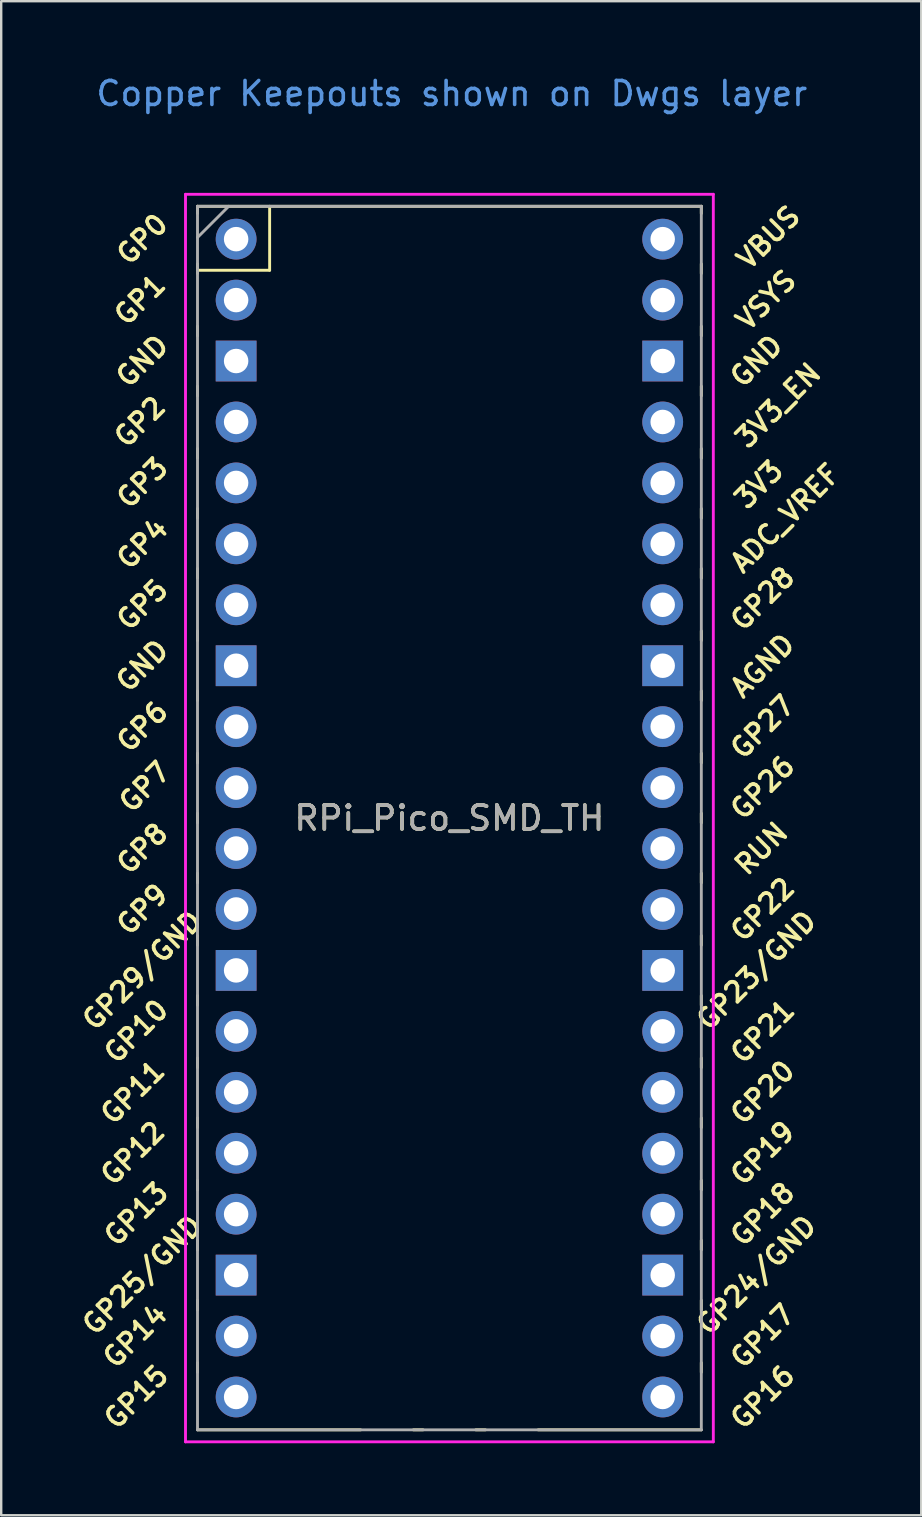
<source format=kicad_pcb>
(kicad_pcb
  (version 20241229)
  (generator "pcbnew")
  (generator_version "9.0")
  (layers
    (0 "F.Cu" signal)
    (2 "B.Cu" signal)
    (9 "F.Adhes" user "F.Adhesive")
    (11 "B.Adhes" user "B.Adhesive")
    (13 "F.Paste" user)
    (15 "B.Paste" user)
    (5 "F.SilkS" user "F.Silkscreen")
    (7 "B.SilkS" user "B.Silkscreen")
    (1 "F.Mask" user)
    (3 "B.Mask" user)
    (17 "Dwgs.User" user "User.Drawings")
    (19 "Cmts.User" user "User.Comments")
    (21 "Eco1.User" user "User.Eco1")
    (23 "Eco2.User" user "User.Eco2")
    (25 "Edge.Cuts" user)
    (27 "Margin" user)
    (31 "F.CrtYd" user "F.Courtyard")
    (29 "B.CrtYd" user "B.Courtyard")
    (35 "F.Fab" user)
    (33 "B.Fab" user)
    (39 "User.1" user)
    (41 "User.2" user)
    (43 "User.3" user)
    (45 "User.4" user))
  (footprint "RPi_Pico_SMD_TH"
    (layer "F.Cu")
    (at 15.682 31.048)
    (property "Reference" "RPi_Pico_SMD_TH" (at 0 0 0) (layer "F.SilkS") (effects (font (size 1 1) (thickness 0.15))))
    (attr through_hole)
    (fp_line (start -10.5 -25.5) (end -10.5 -25.2) (stroke (width 0.12) (type solid)) (layer "F.SilkS"))
    (fp_line (start -10.5 -25.5) (end 10.5 -25.5) (stroke (width 0.12) (type solid)) (layer "F.SilkS"))
    (fp_line (start -10.5 -23.1) (end -10.5 -22.7) (stroke (width 0.12) (type solid)) (layer "F.SilkS"))
    (fp_line (start -10.5 -22.833) (end -7.493 -22.833) (stroke (width 0.12) (type solid)) (layer "F.SilkS"))
    (fp_line (start -10.5 -20.5) (end -10.5 -20.1) (stroke (width 0.12) (type solid)) (layer "F.SilkS"))
    (fp_line (start -10.5 -18) (end -10.5 -17.6) (stroke (width 0.12) (type solid)) (layer "F.SilkS"))
    (fp_line (start -10.5 -15.4) (end -10.5 -15) (stroke (width 0.12) (type solid)) (layer "F.SilkS"))
    (fp_line (start -10.5 -12.9) (end -10.5 -12.5) (stroke (width 0.12) (type solid)) (layer "F.SilkS"))
    (fp_line (start -10.5 -10.4) (end -10.5 -10) (stroke (width 0.12) (type solid)) (layer "F.SilkS"))
    (fp_line (start -10.5 -7.8) (end -10.5 -7.4) (stroke (width 0.12) (type solid)) (layer "F.SilkS"))
    (fp_line (start -10.5 -5.3) (end -10.5 -4.9) (stroke (width 0.12) (type solid)) (layer "F.SilkS"))
    (fp_line (start -10.5 -2.7) (end -10.5 -2.3) (stroke (width 0.12) (type solid)) (layer "F.SilkS"))
    (fp_line (start -10.5 -0.2) (end -10.5 0.2) (stroke (width 0.12) (type solid)) (layer "F.SilkS"))
    (fp_line (start -10.5 2.3) (end -10.5 2.7) (stroke (width 0.12) (type solid)) (layer "F.SilkS"))
    (fp_line (start -10.5 4.9) (end -10.5 5.3) (stroke (width 0.12) (type solid)) (layer "F.SilkS"))
    (fp_line (start -10.5 7.4) (end -10.5 7.8) (stroke (width 0.12) (type solid)) (layer "F.SilkS"))
    (fp_line (start -10.5 10) (end -10.5 10.4) (stroke (width 0.12) (type solid)) (layer "F.SilkS"))
    (fp_line (start -10.5 12.5) (end -10.5 12.9) (stroke (width 0.12) (type solid)) (layer "F.SilkS"))
    (fp_line (start -10.5 15.1) (end -10.5 15.5) (stroke (width 0.12) (type solid)) (layer "F.SilkS"))
    (fp_line (start -10.5 17.6) (end -10.5 18) (stroke (width 0.12) (type solid)) (layer "F.SilkS"))
    (fp_line (start -10.5 20.1) (end -10.5 20.5) (stroke (width 0.12) (type solid)) (layer "F.SilkS"))
    (fp_line (start -10.5 22.7) (end -10.5 23.1) (stroke (width 0.12) (type solid)) (layer "F.SilkS"))
    (fp_line (start -7.493 -22.833) (end -7.493 -25.5) (stroke (width 0.12) (type solid)) (layer "F.SilkS"))
    (fp_line (start -3.7 25.5) (end -10.5 25.5) (stroke (width 0.12) (type solid)) (layer "F.SilkS"))
    (fp_line (start -1.5 25.5) (end -1.1 25.5) (stroke (width 0.12) (type solid)) (layer "F.SilkS"))
    (fp_line (start 1.1 25.5) (end 1.5 25.5) (stroke (width 0.12) (type solid)) (layer "F.SilkS"))
    (fp_line (start 10.5 -25.5) (end 10.5 -25.2) (stroke (width 0.12) (type solid)) (layer "F.SilkS"))
    (fp_line (start 10.5 -23.1) (end 10.5 -22.7) (stroke (width 0.12) (type solid)) (layer "F.SilkS"))
    (fp_line (start 10.5 -20.5) (end 10.5 -20.1) (stroke (width 0.12) (type solid)) (layer "F.SilkS"))
    (fp_line (start 10.5 -18) (end 10.5 -17.6) (stroke (width 0.12) (type solid)) (layer "F.SilkS"))
    (fp_line (start 10.5 -15.4) (end 10.5 -15) (stroke (width 0.12) (type solid)) (layer "F.SilkS"))
    (fp_line (start 10.5 -12.9) (end 10.5 -12.5) (stroke (width 0.12) (type solid)) (layer "F.SilkS"))
    (fp_line (start 10.5 -10.4) (end 10.5 -10) (stroke (width 0.12) (type solid)) (layer "F.SilkS"))
    (fp_line (start 10.5 -7.8) (end 10.5 -7.4) (stroke (width 0.12) (type solid)) (layer "F.SilkS"))
    (fp_line (start 10.5 -5.3) (end 10.5 -4.9) (stroke (width 0.12) (type solid)) (layer "F.SilkS"))
    (fp_line (start 10.5 -2.7) (end 10.5 -2.3) (stroke (width 0.12) (type solid)) (layer "F.SilkS"))
    (fp_line (start 10.5 -0.2) (end 10.5 0.2) (stroke (width 0.12) (type solid)) (layer "F.SilkS"))
    (fp_line (start 10.5 2.3) (end 10.5 2.7) (stroke (width 0.12) (type solid)) (layer "F.SilkS"))
    (fp_line (start 10.5 4.9) (end 10.5 5.3) (stroke (width 0.12) (type solid)) (layer "F.SilkS"))
    (fp_line (start 10.5 7.4) (end 10.5 7.8) (stroke (width 0.12) (type solid)) (layer "F.SilkS"))
    (fp_line (start 10.5 10) (end 10.5 10.4) (stroke (width 0.12) (type solid)) (layer "F.SilkS"))
    (fp_line (start 10.5 12.5) (end 10.5 12.9) (stroke (width 0.12) (type solid)) (layer "F.SilkS"))
    (fp_line (start 10.5 15.1) (end 10.5 15.5) (stroke (width 0.12) (type solid)) (layer "F.SilkS"))
    (fp_line (start 10.5 17.6) (end 10.5 18) (stroke (width 0.12) (type solid)) (layer "F.SilkS"))
    (fp_line (start 10.5 20.1) (end 10.5 20.5) (stroke (width 0.12) (type solid)) (layer "F.SilkS"))
    (fp_line (start 10.5 22.7) (end 10.5 23.1) (stroke (width 0.12) (type solid)) (layer "F.SilkS"))
    (fp_line (start 10.5 25.5) (end 3.7 25.5) (stroke (width 0.12) (type solid)) (layer "F.SilkS"))
    (fp_line (start -11 -26) (end 11 -26) (stroke (width 0.12) (type solid)) (layer "F.CrtYd"))
    (fp_line (start -11 26) (end -11 -26) (stroke (width 0.12) (type solid)) (layer "F.CrtYd"))
    (fp_line (start 11 -26) (end 11 26) (stroke (width 0.12) (type solid)) (layer "F.CrtYd"))
    (fp_line (start 11 26) (end -11 26) (stroke (width 0.12) (type solid)) (layer "F.CrtYd"))
    (fp_line (start -10.5 -25.5) (end 10.5 -25.5) (stroke (width 0.12) (type solid)) (layer "F.Fab"))
    (fp_line (start -10.5 -24.2) (end -9.2 -25.5) (stroke (width 0.12) (type solid)) (layer "F.Fab"))
    (fp_line (start -10.5 25.5) (end -10.5 -25.5) (stroke (width 0.12) (type solid)) (layer "F.Fab"))
    (fp_line (start 10.5 -25.5) (end 10.5 25.5) (stroke (width 0.12) (type solid)) (layer "F.Fab"))
    (fp_line (start 10.5 25.5) (end -10.5 25.5) (stroke (width 0.12) (type solid)) (layer "F.Fab"))
    (fp_text user "GP2" (at -12.9 -16.51 45) (layer "F.SilkS") (effects (font (size 0.8 0.8) (thickness 0.15))))
    (fp_text user "GP15" (at -13.054 24.13 45) (layer "F.SilkS") (effects (font (size 0.8 0.8) (thickness 0.15))))
    (fp_text user "GP11" (at -13.2 11.43 45) (layer "F.SilkS") (effects (font (size 0.8 0.8) (thickness 0.15))))
    (fp_text user "GP21" (at 13.054 8.9 45) (layer "F.SilkS") (effects (font (size 0.8 0.8) (thickness 0.15))))
    (fp_text user "GP12" (at -13.2 13.97 45) (layer "F.SilkS") (effects (font (size 0.8 0.8) (thickness 0.15))))
    (fp_text user "GP19" (at 13.054 13.97 45) (layer "F.SilkS") (effects (font (size 0.8 0.8) (thickness 0.15))))
    (fp_text user "GP22" (at 13.054 3.81 45) (layer "F.SilkS") (effects (font (size 0.8 0.8) (thickness 0.15))))
    (fp_text user "GP0" (at -12.8 -24.13 45) (layer "F.SilkS") (effects (font (size 0.8 0.8) (thickness 0.15))))
    (fp_text user "GP5" (at -12.8 -8.89 45) (layer "F.SilkS") (effects (font (size 0.8 0.8) (thickness 0.15))))
    (fp_text user "GND" (at -12.8 -6.35 45) (layer "F.SilkS") (effects (font (size 0.8 0.8) (thickness 0.15))))
    (fp_text user "3V3" (at 12.9 -13.9 45) (layer "F.SilkS") (effects (font (size 0.8 0.8) (thickness 0.15))))
    (fp_text user "GP3" (at -12.8 -13.97 45) (layer "F.SilkS") (effects (font (size 0.8 0.8) (thickness 0.15))))
    (fp_text user "GP27" (at 13.054 -3.8 45) (layer "F.SilkS") (effects (font (size 0.8 0.8) (thickness 0.15))))
    (fp_text user "GND" (at -12.8 -19.05 45) (layer "F.SilkS") (effects (font (size 0.8 0.8) (thickness 0.15))))
    (fp_text user "GP16" (at 13.054 24.13 45) (layer "F.SilkS") (effects (font (size 0.8 0.8) (thickness 0.15))))
    (fp_text user "GP29/GND" (at -12.8 6.35 45) (layer "F.SilkS") (effects (font (size 0.8 0.8) (thickness 0.15))))
    (fp_text user "GP13" (at -13.054 16.51 45) (layer "F.SilkS") (effects (font (size 0.8 0.8) (thickness 0.15))))
    (fp_text user "GP14" (at -13.1 21.59 45) (layer "F.SilkS") (effects (font (size 0.8 0.8) (thickness 0.15))))
    (fp_text user "ADC_VREF" (at 14 -12.5 45) (layer "F.SilkS") (effects (font (size 0.8 0.8) (thickness 0.15))))
    (fp_text user "GP28" (at 13.054 -9.144 45) (layer "F.SilkS") (effects (font (size 0.8 0.8) (thickness 0.15))))
    (fp_text user "GND" (at 12.8 -19.05 45) (layer "F.SilkS") (effects (font (size 0.8 0.8) (thickness 0.15))))
    (fp_text user "GP8" (at -12.8 1.27 45) (layer "F.SilkS") (effects (font (size 0.8 0.8) (thickness 0.15))))
    (fp_text user "RUN" (at 13 1.27 45) (layer "F.SilkS") (effects (font (size 0.8 0.8) (thickness 0.15))))
    (fp_text user "VBUS" (at 13.3 -24.2 45) (layer "F.SilkS") (effects (font (size 0.8 0.8) (thickness 0.15))))
    (fp_text user "GP6" (at -12.8 -3.81 45) (layer "F.SilkS") (effects (font (size 0.8 0.8) (thickness 0.15))))
    (fp_text user "GP9" (at -12.8 3.81 45) (layer "F.SilkS") (effects (font (size 0.8 0.8) (thickness 0.15))))
    (fp_text user "GP7" (at -12.7 -1.3 45) (layer "F.SilkS") (effects (font (size 0.8 0.8) (thickness 0.15))))
    (fp_text user "GP20" (at 13.054 11.43 45) (layer "F.SilkS") (effects (font (size 0.8 0.8) (thickness 0.15))))
    (fp_text user "GP10" (at -13.054 8.89 45) (layer "F.SilkS") (effects (font (size 0.8 0.8) (thickness 0.15))))
    (fp_text user "AGND" (at 13.054 -6.35 45) (layer "F.SilkS") (effects (font (size 0.8 0.8) (thickness 0.15))))
    (fp_text user "GP4" (at -12.8 -11.43 45) (layer "F.SilkS") (effects (font (size 0.8 0.8) (thickness 0.15))))
    (fp_text user "GP18" (at 13.054 16.51 45) (layer "F.SilkS") (effects (font (size 0.8 0.8) (thickness 0.15))))
    (fp_text user "VSYS" (at 13.2 -21.59 45) (layer "F.SilkS") (effects (font (size 0.8 0.8) (thickness 0.15))))
    (fp_text user "GP1" (at -12.9 -21.6 45) (layer "F.SilkS") (effects (font (size 0.8 0.8) (thickness 0.15))))
    (fp_text user "GP24/GND" (at 12.8 19.05 45) (layer "F.SilkS") (effects (font (size 0.8 0.8) (thickness 0.15))))
    (fp_text user "GP26" (at 13.054 -1.27 45) (layer "F.SilkS") (effects (font (size 0.8 0.8) (thickness 0.15))))
    (fp_text user "GP23/GND" (at 12.8 6.35 45) (layer "F.SilkS") (effects (font (size 0.8 0.8) (thickness 0.15))))
    (fp_text user "GP17" (at 13.054 21.59 45) (layer "F.SilkS") (effects (font (size 0.8 0.8) (thickness 0.15))))
    (fp_text user "GP25/GND" (at -12.8 19.05 45) (layer "F.SilkS") (effects (font (size 0.8 0.8) (thickness 0.15))))
    (fp_text user "3V3_EN" (at 13.7 -17.2 45) (layer "F.SilkS") (effects (font (size 0.8 0.8) (thickness 0.15))))
    (fp_text user "Copper Keepouts shown on Dwgs layer" (at 0.1 -30.2 0) (layer "Cmts.User") (effects (font (size 1 1) (thickness 0.15))))
    (fp_text user "${REFERENCE}" (at 0 0 180) (layer "F.Fab") (effects (font (size 1 1) (thickness 0.15))))
    (pad "1" thru_hole oval (at -8.89 -24.13) (size 1.7 1.7) (drill 1.02) (layers "*.Cu" "*.Mask"))
    (pad "2" thru_hole oval (at -8.89 -21.59) (size 1.7 1.7) (drill 1.02) (layers "*.Cu" "*.Mask"))
    (pad "3" thru_hole rect (at -8.89 -19.05) (size 1.7 1.7) (drill 1.02) (layers "*.Cu" "*.Mask"))
    (pad "4" thru_hole oval (at -8.89 -16.51) (size 1.7 1.7) (drill 1.02) (layers "*.Cu" "*.Mask"))
    (pad "5" thru_hole oval (at -8.89 -13.97) (size 1.7 1.7) (drill 1.02) (layers "*.Cu" "*.Mask"))
    (pad "6" thru_hole oval (at -8.89 -11.43) (size 1.7 1.7) (drill 1.02) (layers "*.Cu" "*.Mask"))
    (pad "7" thru_hole oval (at -8.89 -8.89) (size 1.7 1.7) (drill 1.02) (layers "*.Cu" "*.Mask"))
    (pad "8" thru_hole rect (at -8.89 -6.35) (size 1.7 1.7) (drill 1.02) (layers "*.Cu" "*.Mask"))
    (pad "9" thru_hole oval (at -8.89 -3.81) (size 1.7 1.7) (drill 1.02) (layers "*.Cu" "*.Mask"))
    (pad "10" thru_hole oval (at -8.89 -1.27) (size 1.7 1.7) (drill 1.02) (layers "*.Cu" "*.Mask"))
    (pad "11" thru_hole oval (at -8.89 1.27) (size 1.7 1.7) (drill 1.02) (layers "*.Cu" "*.Mask"))
    (pad "12" thru_hole oval (at -8.89 3.81) (size 1.7 1.7) (drill 1.02) (layers "*.Cu" "*.Mask"))
    (pad "13" thru_hole rect (at -8.89 6.35) (size 1.7 1.7) (drill 1.02) (layers "*.Cu" "*.Mask"))
    (pad "14" thru_hole oval (at -8.89 8.89) (size 1.7 1.7) (drill 1.02) (layers "*.Cu" "*.Mask"))
    (pad "15" thru_hole oval (at -8.89 11.43) (size 1.7 1.7) (drill 1.02) (layers "*.Cu" "*.Mask"))
    (pad "16" thru_hole oval (at -8.89 13.97) (size 1.7 1.7) (drill 1.02) (layers "*.Cu" "*.Mask"))
    (pad "17" thru_hole oval (at -8.89 16.51) (size 1.7 1.7) (drill 1.02) (layers "*.Cu" "*.Mask"))
    (pad "18" thru_hole rect (at -8.89 19.05) (size 1.7 1.7) (drill 1.02) (layers "*.Cu" "*.Mask"))
    (pad "19" thru_hole oval (at -8.89 21.59) (size 1.7 1.7) (drill 1.02) (layers "*.Cu" "*.Mask"))
    (pad "20" thru_hole oval (at -8.89 24.13) (size 1.7 1.7) (drill 1.02) (layers "*.Cu" "*.Mask"))
    (pad "21" thru_hole oval (at 8.89 24.13) (size 1.7 1.7) (drill 1.02) (layers "*.Cu" "*.Mask"))
    (pad "22" thru_hole oval (at 8.89 21.59) (size 1.7 1.7) (drill 1.02) (layers "*.Cu" "*.Mask"))
    (pad "23" thru_hole rect (at 8.89 19.05) (size 1.7 1.7) (drill 1.02) (layers "*.Cu" "*.Mask"))
    (pad "24" thru_hole oval (at 8.89 16.51) (size 1.7 1.7) (drill 1.02) (layers "*.Cu" "*.Mask"))
    (pad "25" thru_hole oval (at 8.89 13.97) (size 1.7 1.7) (drill 1.02) (layers "*.Cu" "*.Mask"))
    (pad "26" thru_hole oval (at 8.89 11.43) (size 1.7 1.7) (drill 1.02) (layers "*.Cu" "*.Mask"))
    (pad "27" thru_hole oval (at 8.89 8.89) (size 1.7 1.7) (drill 1.02) (layers "*.Cu" "*.Mask"))
    (pad "28" thru_hole rect (at 8.89 6.35) (size 1.7 1.7) (drill 1.02) (layers "*.Cu" "*.Mask"))
    (pad "29" thru_hole oval (at 8.89 3.81) (size 1.7 1.7) (drill 1.02) (layers "*.Cu" "*.Mask"))
    (pad "30" thru_hole oval (at 8.89 1.27) (size 1.7 1.7) (drill 1.02) (layers "*.Cu" "*.Mask"))
    (pad "31" thru_hole oval (at 8.89 -1.27) (size 1.7 1.7) (drill 1.02) (layers "*.Cu" "*.Mask"))
    (pad "32" thru_hole oval (at 8.89 -3.81) (size 1.7 1.7) (drill 1.02) (layers "*.Cu" "*.Mask"))
    (pad "33" thru_hole rect (at 8.89 -6.35) (size 1.7 1.7) (drill 1.02) (layers "*.Cu" "*.Mask"))
    (pad "34" thru_hole oval (at 8.89 -8.89) (size 1.7 1.7) (drill 1.02) (layers "*.Cu" "*.Mask"))
    (pad "35" thru_hole oval (at 8.89 -11.43) (size 1.7 1.7) (drill 1.02) (layers "*.Cu" "*.Mask"))
    (pad "36" thru_hole oval (at 8.89 -13.97) (size 1.7 1.7) (drill 1.02) (layers "*.Cu" "*.Mask"))
    (pad "37" thru_hole oval (at 8.89 -16.51) (size 1.7 1.7) (drill 1.02) (layers "*.Cu" "*.Mask"))
    (pad "38" thru_hole rect (at 8.89 -19.05) (size 1.7 1.7) (drill 1.02) (layers "*.Cu" "*.Mask"))
    (pad "39" thru_hole oval (at 8.89 -21.59) (size 1.7 1.7) (drill 1.02) (layers "*.Cu" "*.Mask"))
    (pad "40" thru_hole oval (at 8.89 -24.13) (size 1.7 1.7) (drill 1.02) (layers "*.Cu" "*.Mask")))
  (gr_rect
    (start -3 -3)
    (end 35.349 60.108)
    (stroke (width 0.1) (type default))
    (fill no)
    (layer "Edge.Cuts")))
</source>
